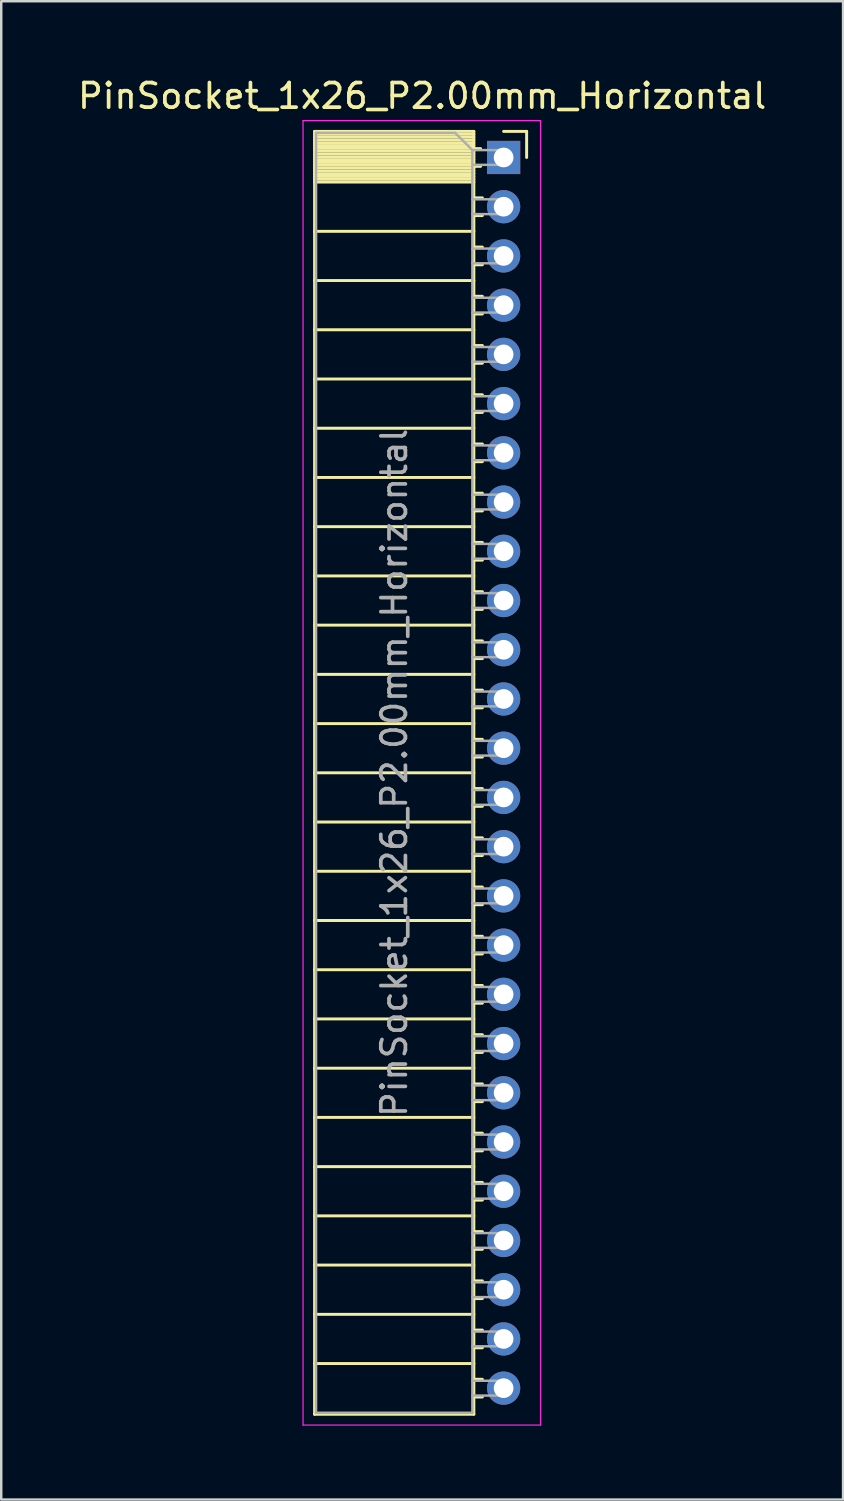
<source format=kicad_pcb>
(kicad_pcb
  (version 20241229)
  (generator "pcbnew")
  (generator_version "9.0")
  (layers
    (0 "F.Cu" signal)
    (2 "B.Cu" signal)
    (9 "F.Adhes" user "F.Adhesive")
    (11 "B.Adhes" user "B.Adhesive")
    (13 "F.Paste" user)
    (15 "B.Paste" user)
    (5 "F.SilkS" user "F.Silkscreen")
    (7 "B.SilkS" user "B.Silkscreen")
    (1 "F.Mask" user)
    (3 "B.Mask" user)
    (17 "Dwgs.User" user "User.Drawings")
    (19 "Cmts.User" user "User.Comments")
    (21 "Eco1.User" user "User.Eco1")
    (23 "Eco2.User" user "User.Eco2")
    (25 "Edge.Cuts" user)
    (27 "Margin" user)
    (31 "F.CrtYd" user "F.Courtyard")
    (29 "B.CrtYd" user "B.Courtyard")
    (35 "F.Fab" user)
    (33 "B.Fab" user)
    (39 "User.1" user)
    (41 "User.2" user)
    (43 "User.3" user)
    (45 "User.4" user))
  (footprint "PinSocket_1x26_P2.00mm_Horizontal"
    (layer "F.Cu")
    (at 17.411 3.348)
    (property "Reference" "PinSocket_1x26_P2.00mm_Horizontal" (at -3.31 -2.5 0) (layer "F.SilkS") (effects (font (size 1 1) (thickness 0.15))))
    (attr through_hole)
    (fp_line (start -7.68 -1.06) (end -7.68 51.06) (stroke (width 0.12) (type solid)) (layer "F.SilkS"))
    (fp_line (start -7.68 -1.06) (end -1.21 -1.06) (stroke (width 0.12) (type solid)) (layer "F.SilkS"))
    (fp_line (start -7.68 -0.94) (end -1.21 -0.94) (stroke (width 0.12) (type solid)) (layer "F.SilkS"))
    (fp_line (start -7.68 -0.826) (end -1.21 -0.826) (stroke (width 0.12) (type solid)) (layer "F.SilkS"))
    (fp_line (start -7.68 -0.712) (end -1.21 -0.712) (stroke (width 0.12) (type solid)) (layer "F.SilkS"))
    (fp_line (start -7.68 -0.598) (end -1.21 -0.598) (stroke (width 0.12) (type solid)) (layer "F.SilkS"))
    (fp_line (start -7.68 -0.484) (end -1.21 -0.484) (stroke (width 0.12) (type solid)) (layer "F.SilkS"))
    (fp_line (start -7.68 -0.369) (end -1.21 -0.369) (stroke (width 0.12) (type solid)) (layer "F.SilkS"))
    (fp_line (start -7.68 -0.255) (end -1.21 -0.255) (stroke (width 0.12) (type solid)) (layer "F.SilkS"))
    (fp_line (start -7.68 -0.141) (end -1.21 -0.141) (stroke (width 0.12) (type solid)) (layer "F.SilkS"))
    (fp_line (start -7.68 -0.027) (end -1.21 -0.027) (stroke (width 0.12) (type solid)) (layer "F.SilkS"))
    (fp_line (start -7.68 0.087) (end -1.21 0.087) (stroke (width 0.12) (type solid)) (layer "F.SilkS"))
    (fp_line (start -7.68 0.201) (end -1.21 0.201) (stroke (width 0.12) (type solid)) (layer "F.SilkS"))
    (fp_line (start -7.68 0.315) (end -1.21 0.315) (stroke (width 0.12) (type solid)) (layer "F.SilkS"))
    (fp_line (start -7.68 0.429) (end -1.21 0.429) (stroke (width 0.12) (type solid)) (layer "F.SilkS"))
    (fp_line (start -7.68 0.544) (end -1.21 0.544) (stroke (width 0.12) (type solid)) (layer "F.SilkS"))
    (fp_line (start -7.68 0.658) (end -1.21 0.658) (stroke (width 0.12) (type solid)) (layer "F.SilkS"))
    (fp_line (start -7.68 0.772) (end -1.21 0.772) (stroke (width 0.12) (type solid)) (layer "F.SilkS"))
    (fp_line (start -7.68 0.886) (end -1.21 0.886) (stroke (width 0.12) (type solid)) (layer "F.SilkS"))
    (fp_line (start -7.68 1) (end -1.21 1) (stroke (width 0.12) (type solid)) (layer "F.SilkS"))
    (fp_line (start -7.68 3) (end -1.21 3) (stroke (width 0.12) (type solid)) (layer "F.SilkS"))
    (fp_line (start -7.68 5) (end -1.21 5) (stroke (width 0.12) (type solid)) (layer "F.SilkS"))
    (fp_line (start -7.68 7) (end -1.21 7) (stroke (width 0.12) (type solid)) (layer "F.SilkS"))
    (fp_line (start -7.68 9) (end -1.21 9) (stroke (width 0.12) (type solid)) (layer "F.SilkS"))
    (fp_line (start -7.68 11) (end -1.21 11) (stroke (width 0.12) (type solid)) (layer "F.SilkS"))
    (fp_line (start -7.68 13) (end -1.21 13) (stroke (width 0.12) (type solid)) (layer "F.SilkS"))
    (fp_line (start -7.68 15) (end -1.21 15) (stroke (width 0.12) (type solid)) (layer "F.SilkS"))
    (fp_line (start -7.68 17) (end -1.21 17) (stroke (width 0.12) (type solid)) (layer "F.SilkS"))
    (fp_line (start -7.68 19) (end -1.21 19) (stroke (width 0.12) (type solid)) (layer "F.SilkS"))
    (fp_line (start -7.68 21) (end -1.21 21) (stroke (width 0.12) (type solid)) (layer "F.SilkS"))
    (fp_line (start -7.68 23) (end -1.21 23) (stroke (width 0.12) (type solid)) (layer "F.SilkS"))
    (fp_line (start -7.68 25) (end -1.21 25) (stroke (width 0.12) (type solid)) (layer "F.SilkS"))
    (fp_line (start -7.68 27) (end -1.21 27) (stroke (width 0.12) (type solid)) (layer "F.SilkS"))
    (fp_line (start -7.68 29) (end -1.21 29) (stroke (width 0.12) (type solid)) (layer "F.SilkS"))
    (fp_line (start -7.68 31) (end -1.21 31) (stroke (width 0.12) (type solid)) (layer "F.SilkS"))
    (fp_line (start -7.68 33) (end -1.21 33) (stroke (width 0.12) (type solid)) (layer "F.SilkS"))
    (fp_line (start -7.68 35) (end -1.21 35) (stroke (width 0.12) (type solid)) (layer "F.SilkS"))
    (fp_line (start -7.68 37) (end -1.21 37) (stroke (width 0.12) (type solid)) (layer "F.SilkS"))
    (fp_line (start -7.68 39) (end -1.21 39) (stroke (width 0.12) (type solid)) (layer "F.SilkS"))
    (fp_line (start -7.68 41) (end -1.21 41) (stroke (width 0.12) (type solid)) (layer "F.SilkS"))
    (fp_line (start -7.68 43) (end -1.21 43) (stroke (width 0.12) (type solid)) (layer "F.SilkS"))
    (fp_line (start -7.68 45) (end -1.21 45) (stroke (width 0.12) (type solid)) (layer "F.SilkS"))
    (fp_line (start -7.68 47) (end -1.21 47) (stroke (width 0.12) (type solid)) (layer "F.SilkS"))
    (fp_line (start -7.68 49) (end -1.21 49) (stroke (width 0.12) (type solid)) (layer "F.SilkS"))
    (fp_line (start -7.68 51.06) (end -1.21 51.06) (stroke (width 0.12) (type solid)) (layer "F.SilkS"))
    (fp_line (start -1.21 -1.06) (end -1.21 51.06) (stroke (width 0.12) (type solid)) (layer "F.SilkS"))
    (fp_line (start -1.21 -0.36) (end -0.935 -0.36) (stroke (width 0.12) (type solid)) (layer "F.SilkS"))
    (fp_line (start -1.21 0.36) (end -0.935 0.36) (stroke (width 0.12) (type solid)) (layer "F.SilkS"))
    (fp_line (start -1.21 1.64) (end -0.863 1.64) (stroke (width 0.12) (type solid)) (layer "F.SilkS"))
    (fp_line (start -1.21 2.36) (end -0.863 2.36) (stroke (width 0.12) (type solid)) (layer "F.SilkS"))
    (fp_line (start -1.21 3.64) (end -0.863 3.64) (stroke (width 0.12) (type solid)) (layer "F.SilkS"))
    (fp_line (start -1.21 4.36) (end -0.863 4.36) (stroke (width 0.12) (type solid)) (layer "F.SilkS"))
    (fp_line (start -1.21 5.64) (end -0.863 5.64) (stroke (width 0.12) (type solid)) (layer "F.SilkS"))
    (fp_line (start -1.21 6.36) (end -0.863 6.36) (stroke (width 0.12) (type solid)) (layer "F.SilkS"))
    (fp_line (start -1.21 7.64) (end -0.863 7.64) (stroke (width 0.12) (type solid)) (layer "F.SilkS"))
    (fp_line (start -1.21 8.36) (end -0.863 8.36) (stroke (width 0.12) (type solid)) (layer "F.SilkS"))
    (fp_line (start -1.21 9.64) (end -0.863 9.64) (stroke (width 0.12) (type solid)) (layer "F.SilkS"))
    (fp_line (start -1.21 10.36) (end -0.863 10.36) (stroke (width 0.12) (type solid)) (layer "F.SilkS"))
    (fp_line (start -1.21 11.64) (end -0.863 11.64) (stroke (width 0.12) (type solid)) (layer "F.SilkS"))
    (fp_line (start -1.21 12.36) (end -0.863 12.36) (stroke (width 0.12) (type solid)) (layer "F.SilkS"))
    (fp_line (start -1.21 13.64) (end -0.863 13.64) (stroke (width 0.12) (type solid)) (layer "F.SilkS"))
    (fp_line (start -1.21 14.36) (end -0.863 14.36) (stroke (width 0.12) (type solid)) (layer "F.SilkS"))
    (fp_line (start -1.21 15.64) (end -0.863 15.64) (stroke (width 0.12) (type solid)) (layer "F.SilkS"))
    (fp_line (start -1.21 16.36) (end -0.863 16.36) (stroke (width 0.12) (type solid)) (layer "F.SilkS"))
    (fp_line (start -1.21 17.64) (end -0.863 17.64) (stroke (width 0.12) (type solid)) (layer "F.SilkS"))
    (fp_line (start -1.21 18.36) (end -0.863 18.36) (stroke (width 0.12) (type solid)) (layer "F.SilkS"))
    (fp_line (start -1.21 19.64) (end -0.863 19.64) (stroke (width 0.12) (type solid)) (layer "F.SilkS"))
    (fp_line (start -1.21 20.36) (end -0.863 20.36) (stroke (width 0.12) (type solid)) (layer "F.SilkS"))
    (fp_line (start -1.21 21.64) (end -0.863 21.64) (stroke (width 0.12) (type solid)) (layer "F.SilkS"))
    (fp_line (start -1.21 22.36) (end -0.863 22.36) (stroke (width 0.12) (type solid)) (layer "F.SilkS"))
    (fp_line (start -1.21 23.64) (end -0.863 23.64) (stroke (width 0.12) (type solid)) (layer "F.SilkS"))
    (fp_line (start -1.21 24.36) (end -0.863 24.36) (stroke (width 0.12) (type solid)) (layer "F.SilkS"))
    (fp_line (start -1.21 25.64) (end -0.863 25.64) (stroke (width 0.12) (type solid)) (layer "F.SilkS"))
    (fp_line (start -1.21 26.36) (end -0.863 26.36) (stroke (width 0.12) (type solid)) (layer "F.SilkS"))
    (fp_line (start -1.21 27.64) (end -0.863 27.64) (stroke (width 0.12) (type solid)) (layer "F.SilkS"))
    (fp_line (start -1.21 28.36) (end -0.863 28.36) (stroke (width 0.12) (type solid)) (layer "F.SilkS"))
    (fp_line (start -1.21 29.64) (end -0.863 29.64) (stroke (width 0.12) (type solid)) (layer "F.SilkS"))
    (fp_line (start -1.21 30.36) (end -0.863 30.36) (stroke (width 0.12) (type solid)) (layer "F.SilkS"))
    (fp_line (start -1.21 31.64) (end -0.863 31.64) (stroke (width 0.12) (type solid)) (layer "F.SilkS"))
    (fp_line (start -1.21 32.36) (end -0.863 32.36) (stroke (width 0.12) (type solid)) (layer "F.SilkS"))
    (fp_line (start -1.21 33.64) (end -0.863 33.64) (stroke (width 0.12) (type solid)) (layer "F.SilkS"))
    (fp_line (start -1.21 34.36) (end -0.863 34.36) (stroke (width 0.12) (type solid)) (layer "F.SilkS"))
    (fp_line (start -1.21 35.64) (end -0.863 35.64) (stroke (width 0.12) (type solid)) (layer "F.SilkS"))
    (fp_line (start -1.21 36.36) (end -0.863 36.36) (stroke (width 0.12) (type solid)) (layer "F.SilkS"))
    (fp_line (start -1.21 37.64) (end -0.863 37.64) (stroke (width 0.12) (type solid)) (layer "F.SilkS"))
    (fp_line (start -1.21 38.36) (end -0.863 38.36) (stroke (width 0.12) (type solid)) (layer "F.SilkS"))
    (fp_line (start -1.21 39.64) (end -0.863 39.64) (stroke (width 0.12) (type solid)) (layer "F.SilkS"))
    (fp_line (start -1.21 40.36) (end -0.863 40.36) (stroke (width 0.12) (type solid)) (layer "F.SilkS"))
    (fp_line (start -1.21 41.64) (end -0.863 41.64) (stroke (width 0.12) (type solid)) (layer "F.SilkS"))
    (fp_line (start -1.21 42.36) (end -0.863 42.36) (stroke (width 0.12) (type solid)) (layer "F.SilkS"))
    (fp_line (start -1.21 43.64) (end -0.863 43.64) (stroke (width 0.12) (type solid)) (layer "F.SilkS"))
    (fp_line (start -1.21 44.36) (end -0.863 44.36) (stroke (width 0.12) (type solid)) (layer "F.SilkS"))
    (fp_line (start -1.21 45.64) (end -0.863 45.64) (stroke (width 0.12) (type solid)) (layer "F.SilkS"))
    (fp_line (start -1.21 46.36) (end -0.863 46.36) (stroke (width 0.12) (type solid)) (layer "F.SilkS"))
    (fp_line (start -1.21 47.64) (end -0.863 47.64) (stroke (width 0.12) (type solid)) (layer "F.SilkS"))
    (fp_line (start -1.21 48.36) (end -0.863 48.36) (stroke (width 0.12) (type solid)) (layer "F.SilkS"))
    (fp_line (start -1.21 49.64) (end -0.863 49.64) (stroke (width 0.12) (type solid)) (layer "F.SilkS"))
    (fp_line (start -1.21 50.36) (end -0.863 50.36) (stroke (width 0.12) (type solid)) (layer "F.SilkS"))
    (fp_line (start 0 -1.06) (end 0.935 -1.06) (stroke (width 0.12) (type solid)) (layer "F.SilkS"))
    (fp_line (start 0.935 -1.06) (end 0.935 0) (stroke (width 0.12) (type solid)) (layer "F.SilkS"))
    (fp_line (start -8.15 -1.5) (end -8.15 51.5) (stroke (width 0.05) (type solid)) (layer "F.CrtYd"))
    (fp_line (start -8.15 51.5) (end 1.5 51.5) (stroke (width 0.05) (type solid)) (layer "F.CrtYd"))
    (fp_line (start 1.5 -1.5) (end -8.15 -1.5) (stroke (width 0.05) (type solid)) (layer "F.CrtYd"))
    (fp_line (start 1.5 51.5) (end 1.5 -1.5) (stroke (width 0.05) (type solid)) (layer "F.CrtYd"))
    (fp_line (start -7.62 -1) (end -1.97 -1) (stroke (width 0.1) (type solid)) (layer "F.Fab"))
    (fp_line (start -7.62 51) (end -7.62 -1) (stroke (width 0.1) (type solid)) (layer "F.Fab"))
    (fp_line (start -1.97 -1) (end -1.27 -0.3) (stroke (width 0.1) (type solid)) (layer "F.Fab"))
    (fp_line (start -1.27 -0.3) (end -1.27 51) (stroke (width 0.1) (type solid)) (layer "F.Fab"))
    (fp_line (start -1.27 0.3) (end 0 0.3) (stroke (width 0.1) (type solid)) (layer "F.Fab"))
    (fp_line (start -1.27 2.3) (end 0 2.3) (stroke (width 0.1) (type solid)) (layer "F.Fab"))
    (fp_line (start -1.27 4.3) (end 0 4.3) (stroke (width 0.1) (type solid)) (layer "F.Fab"))
    (fp_line (start -1.27 6.3) (end 0 6.3) (stroke (width 0.1) (type solid)) (layer "F.Fab"))
    (fp_line (start -1.27 8.3) (end 0 8.3) (stroke (width 0.1) (type solid)) (layer "F.Fab"))
    (fp_line (start -1.27 10.3) (end 0 10.3) (stroke (width 0.1) (type solid)) (layer "F.Fab"))
    (fp_line (start -1.27 12.3) (end 0 12.3) (stroke (width 0.1) (type solid)) (layer "F.Fab"))
    (fp_line (start -1.27 14.3) (end 0 14.3) (stroke (width 0.1) (type solid)) (layer "F.Fab"))
    (fp_line (start -1.27 16.3) (end 0 16.3) (stroke (width 0.1) (type solid)) (layer "F.Fab"))
    (fp_line (start -1.27 18.3) (end 0 18.3) (stroke (width 0.1) (type solid)) (layer "F.Fab"))
    (fp_line (start -1.27 20.3) (end 0 20.3) (stroke (width 0.1) (type solid)) (layer "F.Fab"))
    (fp_line (start -1.27 22.3) (end 0 22.3) (stroke (width 0.1) (type solid)) (layer "F.Fab"))
    (fp_line (start -1.27 24.3) (end 0 24.3) (stroke (width 0.1) (type solid)) (layer "F.Fab"))
    (fp_line (start -1.27 26.3) (end 0 26.3) (stroke (width 0.1) (type solid)) (layer "F.Fab"))
    (fp_line (start -1.27 28.3) (end 0 28.3) (stroke (width 0.1) (type solid)) (layer "F.Fab"))
    (fp_line (start -1.27 30.3) (end 0 30.3) (stroke (width 0.1) (type solid)) (layer "F.Fab"))
    (fp_line (start -1.27 32.3) (end 0 32.3) (stroke (width 0.1) (type solid)) (layer "F.Fab"))
    (fp_line (start -1.27 34.3) (end 0 34.3) (stroke (width 0.1) (type solid)) (layer "F.Fab"))
    (fp_line (start -1.27 36.3) (end 0 36.3) (stroke (width 0.1) (type solid)) (layer "F.Fab"))
    (fp_line (start -1.27 38.3) (end 0 38.3) (stroke (width 0.1) (type solid)) (layer "F.Fab"))
    (fp_line (start -1.27 40.3) (end 0 40.3) (stroke (width 0.1) (type solid)) (layer "F.Fab"))
    (fp_line (start -1.27 42.3) (end 0 42.3) (stroke (width 0.1) (type solid)) (layer "F.Fab"))
    (fp_line (start -1.27 44.3) (end 0 44.3) (stroke (width 0.1) (type solid)) (layer "F.Fab"))
    (fp_line (start -1.27 46.3) (end 0 46.3) (stroke (width 0.1) (type solid)) (layer "F.Fab"))
    (fp_line (start -1.27 48.3) (end 0 48.3) (stroke (width 0.1) (type solid)) (layer "F.Fab"))
    (fp_line (start -1.27 50.3) (end 0 50.3) (stroke (width 0.1) (type solid)) (layer "F.Fab"))
    (fp_line (start -1.27 51) (end -7.62 51) (stroke (width 0.1) (type solid)) (layer "F.Fab"))
    (fp_line (start 0 -0.3) (end -1.27 -0.3) (stroke (width 0.1) (type solid)) (layer "F.Fab"))
    (fp_line (start 0 0.3) (end 0 -0.3) (stroke (width 0.1) (type solid)) (layer "F.Fab"))
    (fp_line (start 0 1.7) (end -1.27 1.7) (stroke (width 0.1) (type solid)) (layer "F.Fab"))
    (fp_line (start 0 2.3) (end 0 1.7) (stroke (width 0.1) (type solid)) (layer "F.Fab"))
    (fp_line (start 0 3.7) (end -1.27 3.7) (stroke (width 0.1) (type solid)) (layer "F.Fab"))
    (fp_line (start 0 4.3) (end 0 3.7) (stroke (width 0.1) (type solid)) (layer "F.Fab"))
    (fp_line (start 0 5.7) (end -1.27 5.7) (stroke (width 0.1) (type solid)) (layer "F.Fab"))
    (fp_line (start 0 6.3) (end 0 5.7) (stroke (width 0.1) (type solid)) (layer "F.Fab"))
    (fp_line (start 0 7.7) (end -1.27 7.7) (stroke (width 0.1) (type solid)) (layer "F.Fab"))
    (fp_line (start 0 8.3) (end 0 7.7) (stroke (width 0.1) (type solid)) (layer "F.Fab"))
    (fp_line (start 0 9.7) (end -1.27 9.7) (stroke (width 0.1) (type solid)) (layer "F.Fab"))
    (fp_line (start 0 10.3) (end 0 9.7) (stroke (width 0.1) (type solid)) (layer "F.Fab"))
    (fp_line (start 0 11.7) (end -1.27 11.7) (stroke (width 0.1) (type solid)) (layer "F.Fab"))
    (fp_line (start 0 12.3) (end 0 11.7) (stroke (width 0.1) (type solid)) (layer "F.Fab"))
    (fp_line (start 0 13.7) (end -1.27 13.7) (stroke (width 0.1) (type solid)) (layer "F.Fab"))
    (fp_line (start 0 14.3) (end 0 13.7) (stroke (width 0.1) (type solid)) (layer "F.Fab"))
    (fp_line (start 0 15.7) (end -1.27 15.7) (stroke (width 0.1) (type solid)) (layer "F.Fab"))
    (fp_line (start 0 16.3) (end 0 15.7) (stroke (width 0.1) (type solid)) (layer "F.Fab"))
    (fp_line (start 0 17.7) (end -1.27 17.7) (stroke (width 0.1) (type solid)) (layer "F.Fab"))
    (fp_line (start 0 18.3) (end 0 17.7) (stroke (width 0.1) (type solid)) (layer "F.Fab"))
    (fp_line (start 0 19.7) (end -1.27 19.7) (stroke (width 0.1) (type solid)) (layer "F.Fab"))
    (fp_line (start 0 20.3) (end 0 19.7) (stroke (width 0.1) (type solid)) (layer "F.Fab"))
    (fp_line (start 0 21.7) (end -1.27 21.7) (stroke (width 0.1) (type solid)) (layer "F.Fab"))
    (fp_line (start 0 22.3) (end 0 21.7) (stroke (width 0.1) (type solid)) (layer "F.Fab"))
    (fp_line (start 0 23.7) (end -1.27 23.7) (stroke (width 0.1) (type solid)) (layer "F.Fab"))
    (fp_line (start 0 24.3) (end 0 23.7) (stroke (width 0.1) (type solid)) (layer "F.Fab"))
    (fp_line (start 0 25.7) (end -1.27 25.7) (stroke (width 0.1) (type solid)) (layer "F.Fab"))
    (fp_line (start 0 26.3) (end 0 25.7) (stroke (width 0.1) (type solid)) (layer "F.Fab"))
    (fp_line (start 0 27.7) (end -1.27 27.7) (stroke (width 0.1) (type solid)) (layer "F.Fab"))
    (fp_line (start 0 28.3) (end 0 27.7) (stroke (width 0.1) (type solid)) (layer "F.Fab"))
    (fp_line (start 0 29.7) (end -1.27 29.7) (stroke (width 0.1) (type solid)) (layer "F.Fab"))
    (fp_line (start 0 30.3) (end 0 29.7) (stroke (width 0.1) (type solid)) (layer "F.Fab"))
    (fp_line (start 0 31.7) (end -1.27 31.7) (stroke (width 0.1) (type solid)) (layer "F.Fab"))
    (fp_line (start 0 32.3) (end 0 31.7) (stroke (width 0.1) (type solid)) (layer "F.Fab"))
    (fp_line (start 0 33.7) (end -1.27 33.7) (stroke (width 0.1) (type solid)) (layer "F.Fab"))
    (fp_line (start 0 34.3) (end 0 33.7) (stroke (width 0.1) (type solid)) (layer "F.Fab"))
    (fp_line (start 0 35.7) (end -1.27 35.7) (stroke (width 0.1) (type solid)) (layer "F.Fab"))
    (fp_line (start 0 36.3) (end 0 35.7) (stroke (width 0.1) (type solid)) (layer "F.Fab"))
    (fp_line (start 0 37.7) (end -1.27 37.7) (stroke (width 0.1) (type solid)) (layer "F.Fab"))
    (fp_line (start 0 38.3) (end 0 37.7) (stroke (width 0.1) (type solid)) (layer "F.Fab"))
    (fp_line (start 0 39.7) (end -1.27 39.7) (stroke (width 0.1) (type solid)) (layer "F.Fab"))
    (fp_line (start 0 40.3) (end 0 39.7) (stroke (width 0.1) (type solid)) (layer "F.Fab"))
    (fp_line (start 0 41.7) (end -1.27 41.7) (stroke (width 0.1) (type solid)) (layer "F.Fab"))
    (fp_line (start 0 42.3) (end 0 41.7) (stroke (width 0.1) (type solid)) (layer "F.Fab"))
    (fp_line (start 0 43.7) (end -1.27 43.7) (stroke (width 0.1) (type solid)) (layer "F.Fab"))
    (fp_line (start 0 44.3) (end 0 43.7) (stroke (width 0.1) (type solid)) (layer "F.Fab"))
    (fp_line (start 0 45.7) (end -1.27 45.7) (stroke (width 0.1) (type solid)) (layer "F.Fab"))
    (fp_line (start 0 46.3) (end 0 45.7) (stroke (width 0.1) (type solid)) (layer "F.Fab"))
    (fp_line (start 0 47.7) (end -1.27 47.7) (stroke (width 0.1) (type solid)) (layer "F.Fab"))
    (fp_line (start 0 48.3) (end 0 47.7) (stroke (width 0.1) (type solid)) (layer "F.Fab"))
    (fp_line (start 0 49.7) (end -1.27 49.7) (stroke (width 0.1) (type solid)) (layer "F.Fab"))
    (fp_line (start 0 50.3) (end 0 49.7) (stroke (width 0.1) (type solid)) (layer "F.Fab"))
    (fp_text user "${REFERENCE}" (at -4.445 25 90) (layer "F.Fab") (effects (font (size 1 1) (thickness 0.15))))
    (pad "1" thru_hole rect (at 0 0) (size 1.35 1.35) (drill 0.8) (layers "*.Cu" "*.Mask"))
    (pad "2" thru_hole circle (at 0 2) (size 1.35 1.35) (drill 0.8) (layers "*.Cu" "*.Mask"))
    (pad "3" thru_hole circle (at 0 4) (size 1.35 1.35) (drill 0.8) (layers "*.Cu" "*.Mask"))
    (pad "4" thru_hole circle (at 0 6) (size 1.35 1.35) (drill 0.8) (layers "*.Cu" "*.Mask"))
    (pad "5" thru_hole circle (at 0 8) (size 1.35 1.35) (drill 0.8) (layers "*.Cu" "*.Mask"))
    (pad "6" thru_hole circle (at 0 10) (size 1.35 1.35) (drill 0.8) (layers "*.Cu" "*.Mask"))
    (pad "7" thru_hole circle (at 0 12) (size 1.35 1.35) (drill 0.8) (layers "*.Cu" "*.Mask"))
    (pad "8" thru_hole circle (at 0 14) (size 1.35 1.35) (drill 0.8) (layers "*.Cu" "*.Mask"))
    (pad "9" thru_hole circle (at 0 16) (size 1.35 1.35) (drill 0.8) (layers "*.Cu" "*.Mask"))
    (pad "10" thru_hole circle (at 0 18) (size 1.35 1.35) (drill 0.8) (layers "*.Cu" "*.Mask"))
    (pad "11" thru_hole circle (at 0 20) (size 1.35 1.35) (drill 0.8) (layers "*.Cu" "*.Mask"))
    (pad "12" thru_hole circle (at 0 22) (size 1.35 1.35) (drill 0.8) (layers "*.Cu" "*.Mask"))
    (pad "13" thru_hole circle (at 0 24) (size 1.35 1.35) (drill 0.8) (layers "*.Cu" "*.Mask"))
    (pad "14" thru_hole circle (at 0 26) (size 1.35 1.35) (drill 0.8) (layers "*.Cu" "*.Mask"))
    (pad "15" thru_hole circle (at 0 28) (size 1.35 1.35) (drill 0.8) (layers "*.Cu" "*.Mask"))
    (pad "16" thru_hole circle (at 0 30) (size 1.35 1.35) (drill 0.8) (layers "*.Cu" "*.Mask"))
    (pad "17" thru_hole circle (at 0 32) (size 1.35 1.35) (drill 0.8) (layers "*.Cu" "*.Mask"))
    (pad "18" thru_hole circle (at 0 34) (size 1.35 1.35) (drill 0.8) (layers "*.Cu" "*.Mask"))
    (pad "19" thru_hole circle (at 0 36) (size 1.35 1.35) (drill 0.8) (layers "*.Cu" "*.Mask"))
    (pad "20" thru_hole circle (at 0 38) (size 1.35 1.35) (drill 0.8) (layers "*.Cu" "*.Mask"))
    (pad "21" thru_hole circle (at 0 40) (size 1.35 1.35) (drill 0.8) (layers "*.Cu" "*.Mask"))
    (pad "22" thru_hole circle (at 0 42) (size 1.35 1.35) (drill 0.8) (layers "*.Cu" "*.Mask"))
    (pad "23" thru_hole circle (at 0 44) (size 1.35 1.35) (drill 0.8) (layers "*.Cu" "*.Mask"))
    (pad "24" thru_hole circle (at 0 46) (size 1.35 1.35) (drill 0.8) (layers "*.Cu" "*.Mask"))
    (pad "25" thru_hole circle (at 0 48) (size 1.35 1.35) (drill 0.8) (layers "*.Cu" "*.Mask"))
    (pad "26" thru_hole circle (at 0 50) (size 1.35 1.35) (drill 0.8) (layers "*.Cu" "*.Mask")))
  (gr_rect
    (start -3 -3)
    (end 31.202 57.873)
    (stroke (width 0.1) (type default))
    (fill no)
    (layer "Edge.Cuts")))
</source>
